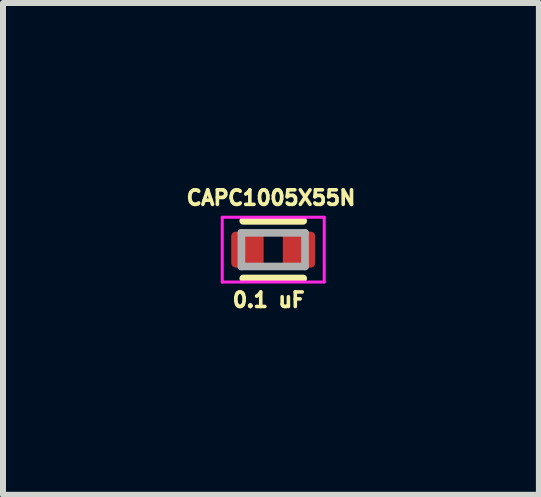
<source format=kicad_pcb>
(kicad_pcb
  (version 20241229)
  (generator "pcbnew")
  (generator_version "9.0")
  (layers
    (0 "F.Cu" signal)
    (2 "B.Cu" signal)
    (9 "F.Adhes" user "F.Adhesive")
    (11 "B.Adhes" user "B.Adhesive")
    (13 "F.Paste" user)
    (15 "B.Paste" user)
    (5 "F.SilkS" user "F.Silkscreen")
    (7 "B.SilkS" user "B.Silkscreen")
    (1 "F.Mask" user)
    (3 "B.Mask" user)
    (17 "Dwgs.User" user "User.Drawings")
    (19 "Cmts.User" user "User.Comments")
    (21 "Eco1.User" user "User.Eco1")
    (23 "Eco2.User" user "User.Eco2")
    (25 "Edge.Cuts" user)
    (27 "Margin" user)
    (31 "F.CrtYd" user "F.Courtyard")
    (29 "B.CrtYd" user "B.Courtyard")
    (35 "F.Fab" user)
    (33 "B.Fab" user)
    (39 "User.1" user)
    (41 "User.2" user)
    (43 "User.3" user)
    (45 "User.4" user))
  (footprint "CAPC1005X55N"
    (layer "F.Cu")
    (at 1.504 1.111)
    (property "Reference" "CAPC1005X55N" (at -0.038 -0.864 0) (layer "F.SilkS") (effects (font (size 0.242 0.242) (thickness 0.15))))
    (attr smd)
    (fp_line (start -0.5 0.48) (end 0.5 0.48) (stroke (width 0.127) (type solid)) (layer "F.SilkS"))
    (fp_line (start 0.5 -0.48) (end -0.5 -0.48) (stroke (width 0.127) (type solid)) (layer "F.SilkS"))
    (fp_line (start -0.85 -0.54) (end -0.85 0.54) (stroke (width 0.05) (type solid)) (layer "F.CrtYd"))
    (fp_line (start -0.85 0.54) (end 0.85 0.54) (stroke (width 0.05) (type solid)) (layer "F.CrtYd"))
    (fp_line (start 0.85 -0.54) (end -0.85 -0.54) (stroke (width 0.05) (type solid)) (layer "F.CrtYd"))
    (fp_line (start 0.85 0.54) (end 0.85 -0.54) (stroke (width 0.05) (type solid)) (layer "F.CrtYd"))
    (fp_line (start -0.53 -0.28) (end -0.53 0.28) (stroke (width 0.127) (type solid)) (layer "F.Fab"))
    (fp_line (start -0.53 0.28) (end 0.53 0.28) (stroke (width 0.127) (type solid)) (layer "F.Fab"))
    (fp_line (start 0.53 -0.28) (end -0.53 -0.28) (stroke (width 0.127) (type solid)) (layer "F.Fab"))
    (fp_line (start 0.53 0.28) (end 0.53 -0.28) (stroke (width 0.127) (type solid)) (layer "F.Fab"))
    (fp_text user "0.1 uF" (at -0.076 0.838 0) (layer "F.SilkS") (effects (font (size 0.242 0.242) (thickness 0.06))))
    (pad "1" smd roundrect (at -0.43 0 90) (size 0.6 0.54) (layers "F.Cu" "F.Mask" "F.Paste") (roundrect_rratio 0.14))
    (pad "2" smd roundrect (at 0.43 0 90) (size 0.6 0.54) (layers "F.Cu" "F.Mask" "F.Paste") (roundrect_rratio 0.14)))
  (gr_rect
    (start -3 -3)
    (end 5.932 5.197)
    (stroke (width 0.1) (type default))
    (fill no)
    (layer "Edge.Cuts")))
</source>
